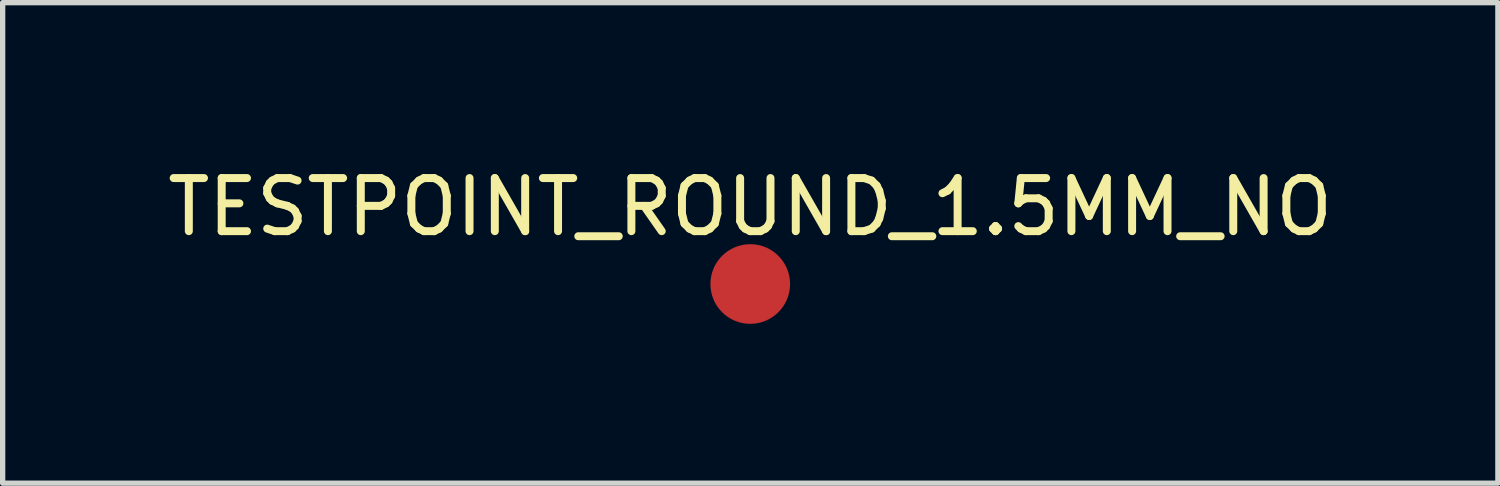
<source format=kicad_pcb>
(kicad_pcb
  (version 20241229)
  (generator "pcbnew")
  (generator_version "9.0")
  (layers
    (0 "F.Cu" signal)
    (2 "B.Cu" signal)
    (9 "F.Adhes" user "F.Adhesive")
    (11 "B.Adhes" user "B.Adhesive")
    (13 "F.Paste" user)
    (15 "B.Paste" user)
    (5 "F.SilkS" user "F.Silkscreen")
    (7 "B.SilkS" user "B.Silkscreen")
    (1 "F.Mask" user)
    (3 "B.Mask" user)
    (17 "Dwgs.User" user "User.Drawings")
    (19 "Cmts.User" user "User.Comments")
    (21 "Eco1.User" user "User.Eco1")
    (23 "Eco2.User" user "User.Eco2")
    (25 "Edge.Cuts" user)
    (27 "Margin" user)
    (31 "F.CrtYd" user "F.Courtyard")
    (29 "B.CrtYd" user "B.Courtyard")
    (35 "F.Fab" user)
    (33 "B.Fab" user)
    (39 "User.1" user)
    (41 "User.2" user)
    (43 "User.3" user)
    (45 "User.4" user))
  (footprint "TESTPOINT_ROUND_1.5MM_NO"
    (layer "F.Cu")
    (at 11.077 2.298)
    (property "Reference" "TESTPOINT_ROUND_1.5MM_NO" (at 0 -1.45 0) (layer "F.SilkS") (effects (font (size 1 1) (thickness 0.15))))
    (pad "1" smd circle (at 0 0) (size 1.5 1.5) (layers "F.Cu" "F.Mask" "F.Paste")))
  (gr_rect
    (start -3 -3)
    (end 25.155 6.048)
    (stroke (width 0.1) (type default))
    (fill no)
    (layer "Edge.Cuts")))
</source>
